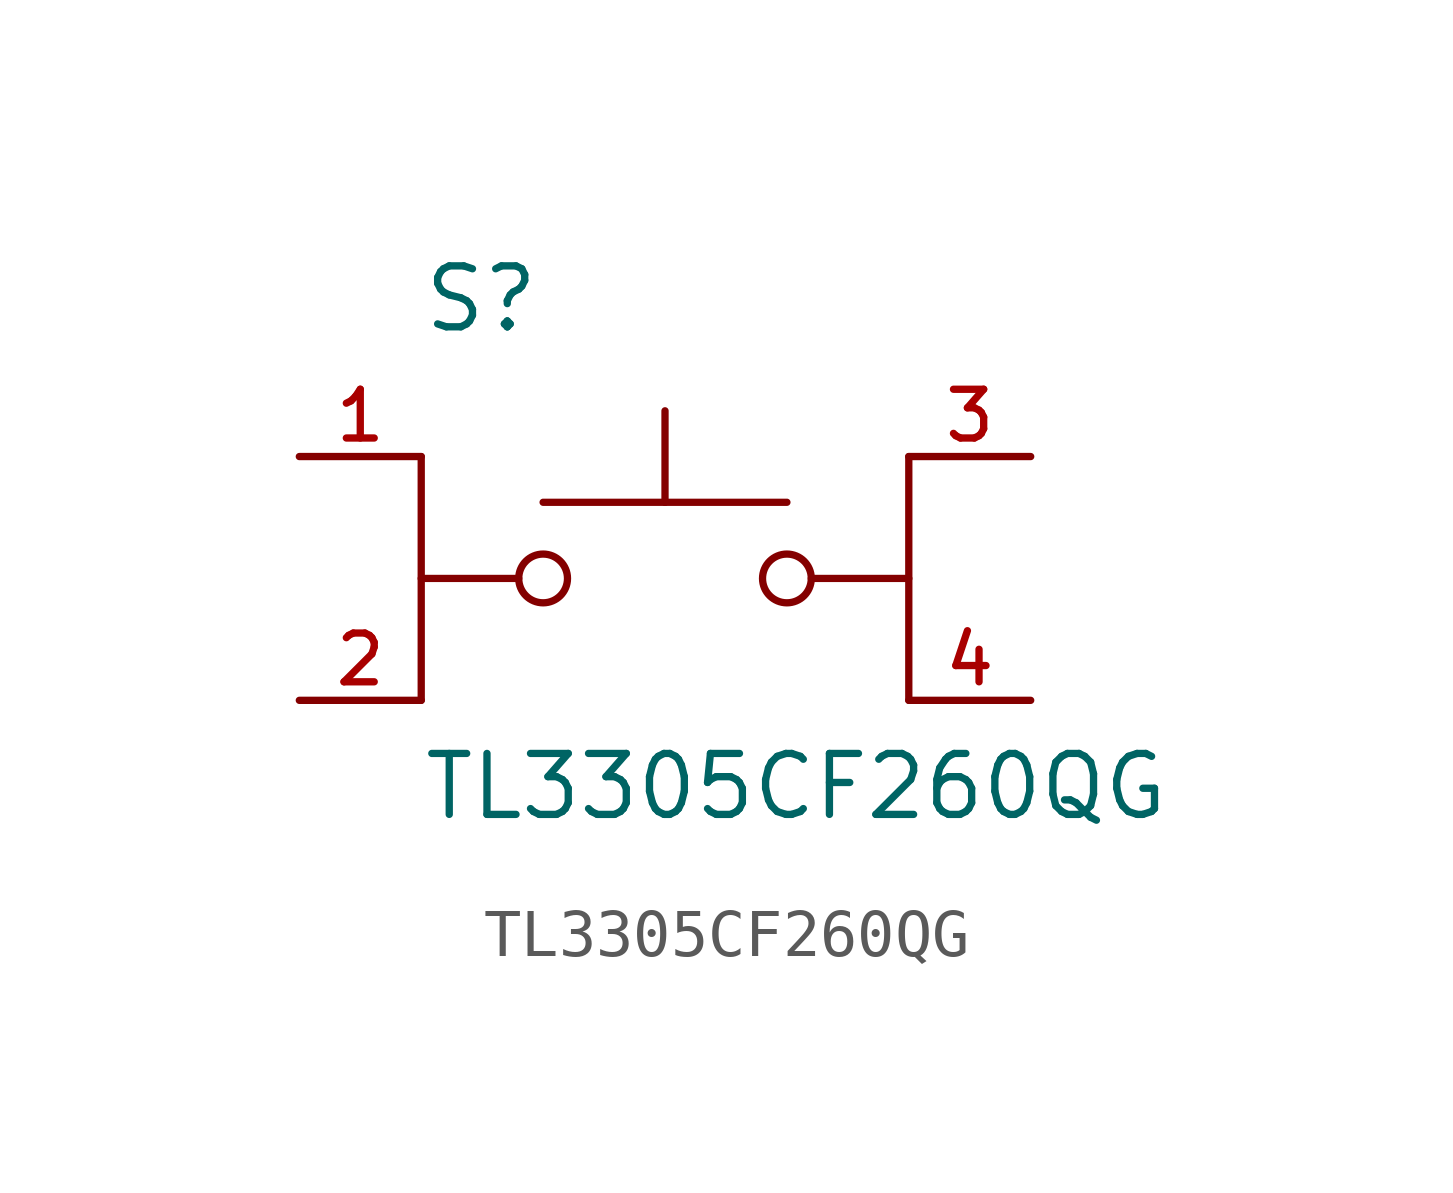
<source format=kicad_sym>
(kicad_symbol_lib
  (version 20211014)
  (generator kicad_symbol_editor)
  (symbol "TL3305CF260QG"
    (pin_names
      (offset 1.016))
    (property "Reference" "S"
      (at -5.08 5.08 0)
      (effects (font (size 1.27 1.27)) (justify bottom left)))
    (property "Value" "TL3305CF260QG"
      (at -5.08 -5.08 0)
      (effects (font (size 1.27 1.27)) (justify bottom left)))
    (symbol "TL3305CF260QG_0_0"
      (circle (center 2.54 0.0) (radius 0.508) (stroke (width 0.152)) (fill (type none)))
      (polyline (pts (xy 5.08 0.0) (xy 3.048 0.0)) (stroke (width 0.152)))
      (polyline (pts (xy -5.08 0.0) (xy -3.048 0.0)) (stroke (width 0.152)))
      (circle (center -2.54 0.0) (radius 0.508) (stroke (width 0.152)) (fill (type none)))
      (polyline (pts (xy -2.54 1.587) (xy 0.0 1.587)) (stroke (width 0.152)))
      (polyline (pts (xy 0.0 1.587) (xy 2.54 1.587)) (stroke (width 0.152)))
      (polyline (pts (xy 0.0 1.587) (xy 0.0 3.493)) (stroke (width 0.152)))
      (polyline (pts (xy -5.08 2.54) (xy -5.08 -2.54)) (stroke (width 0.152)))
      (polyline (pts (xy 5.08 2.54) (xy 5.08 -2.54)) (stroke (width 0.152)))
      (pin passive line (at -7.62 2.54 0) (length 2.54) (name "~" (effects (font (size 1.016 1.016)))) (number "1" (effects (font (size 1.016 1.016)))))
      (pin passive line (at -7.62 -2.54 0) (length 2.54) (name "~" (effects (font (size 1.016 1.016)))) (number "2" (effects (font (size 1.016 1.016)))))
      (pin passive line (at 7.62 2.54 180.0) (length 2.54) (name "~" (effects (font (size 1.016 1.016)))) (number "3" (effects (font (size 1.016 1.016)))))
      (pin passive line (at 7.62 -2.54 180.0) (length 2.54) (name "~" (effects (font (size 1.016 1.016)))) (number "4" (effects (font (size 1.016 1.016))))))))
</source>
